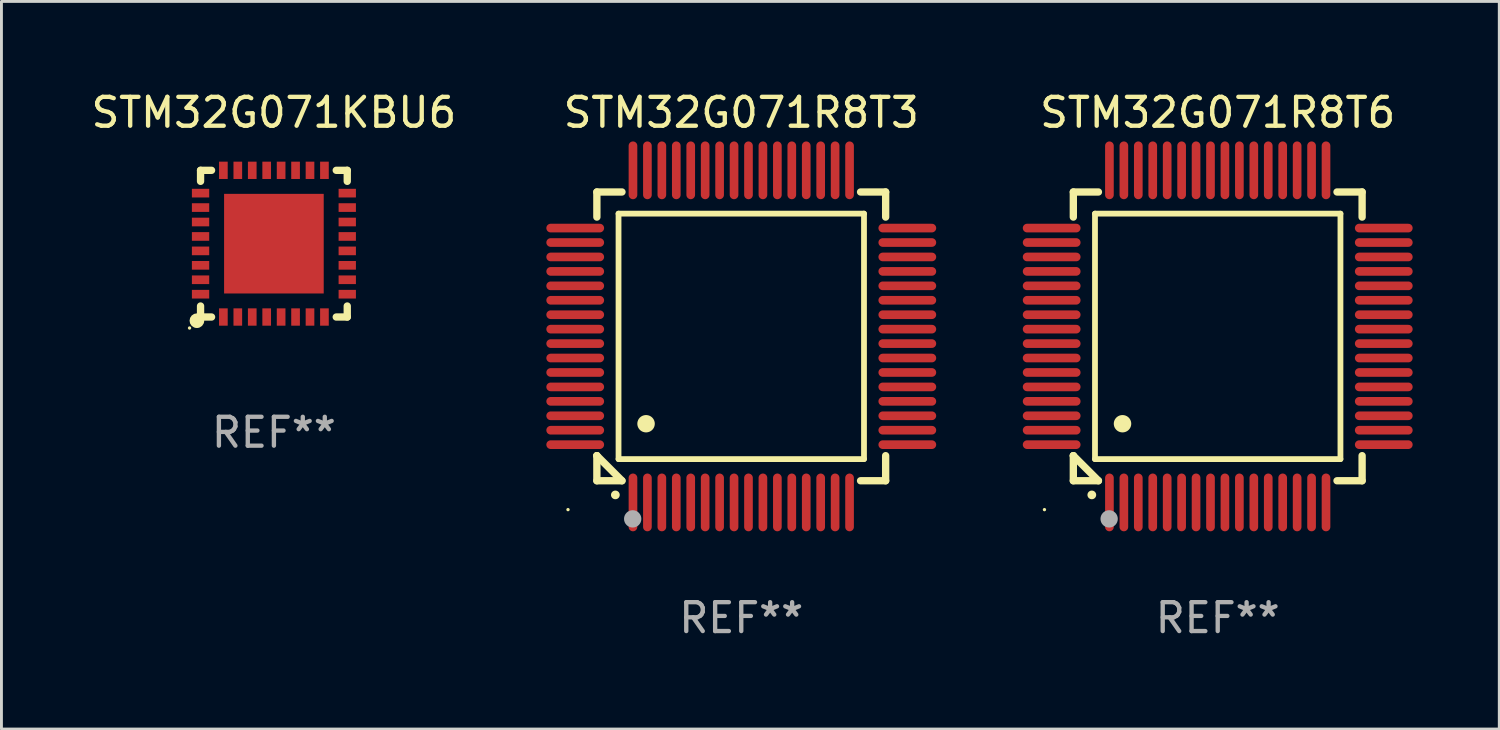
<source format=kicad_pcb>
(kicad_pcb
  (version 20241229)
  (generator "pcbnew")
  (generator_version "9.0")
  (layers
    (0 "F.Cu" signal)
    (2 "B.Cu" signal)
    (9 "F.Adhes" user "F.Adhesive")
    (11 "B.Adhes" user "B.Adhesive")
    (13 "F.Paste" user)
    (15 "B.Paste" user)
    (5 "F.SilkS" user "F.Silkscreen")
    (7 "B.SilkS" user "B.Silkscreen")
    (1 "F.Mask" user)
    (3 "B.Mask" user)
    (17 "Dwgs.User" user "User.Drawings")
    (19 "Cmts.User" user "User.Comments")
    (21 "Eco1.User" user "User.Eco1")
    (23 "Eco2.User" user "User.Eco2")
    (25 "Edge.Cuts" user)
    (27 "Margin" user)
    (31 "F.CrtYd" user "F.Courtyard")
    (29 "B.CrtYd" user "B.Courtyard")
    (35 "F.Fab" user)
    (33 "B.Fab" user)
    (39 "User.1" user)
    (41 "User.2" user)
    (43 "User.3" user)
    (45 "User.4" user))
  (footprint "STM32G071KBU6"
    (layer "F.Cu")
    (at 6.435 5.388)
    (property "Reference" "STM32G071KBU6" (at 0 -4.54 0) (layer "F.SilkS") (effects (font (size 1 1) (thickness 0.15))))
    (attr through_hole)
    (fp_line (start -2.54 -2.54) (end -2.159 -2.54) (stroke (width 0.254) (type solid)) (layer "F.SilkS"))
    (fp_line (start -2.54 -2.159) (end -2.54 -2.54) (stroke (width 0.254) (type solid)) (layer "F.SilkS"))
    (fp_line (start -2.54 2.54) (end -2.54 2.159) (stroke (width 0.254) (type solid)) (layer "F.SilkS"))
    (fp_line (start -2.159 2.54) (end -2.54 2.54) (stroke (width 0.254) (type solid)) (layer "F.SilkS"))
    (fp_line (start 2.159 -2.54) (end 2.54 -2.54) (stroke (width 0.254) (type solid)) (layer "F.SilkS"))
    (fp_line (start 2.54 -2.54) (end 2.54 -2.159) (stroke (width 0.254) (type solid)) (layer "F.SilkS"))
    (fp_line (start 2.54 2.159) (end 2.54 2.54) (stroke (width 0.254) (type solid)) (layer "F.SilkS"))
    (fp_line (start 2.54 2.54) (end 2.159 2.54) (stroke (width 0.254) (type solid)) (layer "F.SilkS"))
    (fp_circle (center -2.921 2.921) (end -2.891 2.921) (stroke (width 0.06) (type solid)) (fill no) (layer "F.SilkS"))
    (fp_circle (center -2.667 2.667) (end -2.54 2.667) (stroke (width 0.254) (type solid)) (fill no) (layer "F.SilkS"))
    (fp_text user "REF**" (at 0 6.54 0) (layer "F.Fab") (effects (font (size 1 1) (thickness 0.15))))
    (pad "1" smd rect (at -1.75 2.54 90) (size 0.6 0.3) (layers "F.Cu" "F.Mask" "F.Paste"))
    (pad "2" smd rect (at -1.25 2.54 90) (size 0.6 0.3) (layers "F.Cu" "F.Mask" "F.Paste"))
    (pad "3" smd rect (at -0.75 2.54 90) (size 0.6 0.3) (layers "F.Cu" "F.Mask" "F.Paste"))
    (pad "4" smd rect (at -0.25 2.54 90) (size 0.6 0.3) (layers "F.Cu" "F.Mask" "F.Paste"))
    (pad "5" smd rect (at 0.25 2.54 90) (size 0.6 0.3) (layers "F.Cu" "F.Mask" "F.Paste"))
    (pad "6" smd rect (at 0.75 2.54 90) (size 0.6 0.3) (layers "F.Cu" "F.Mask" "F.Paste"))
    (pad "7" smd rect (at 1.25 2.54 90) (size 0.6 0.3) (layers "F.Cu" "F.Mask" "F.Paste"))
    (pad "8" smd rect (at 1.75 2.54 90) (size 0.6 0.3) (layers "F.Cu" "F.Mask" "F.Paste"))
    (pad "9" smd rect (at 2.54 1.75 180) (size 0.6 0.3) (layers "F.Cu" "F.Mask" "F.Paste"))
    (pad "10" smd rect (at 2.54 1.25 180) (size 0.6 0.3) (layers "F.Cu" "F.Mask" "F.Paste"))
    (pad "11" smd rect (at 2.54 0.75 180) (size 0.6 0.3) (layers "F.Cu" "F.Mask" "F.Paste"))
    (pad "12" smd rect (at 2.54 0.25 180) (size 0.6 0.3) (layers "F.Cu" "F.Mask" "F.Paste"))
    (pad "13" smd rect (at 2.54 -0.25 180) (size 0.6 0.3) (layers "F.Cu" "F.Mask" "F.Paste"))
    (pad "14" smd rect (at 2.54 -0.75 180) (size 0.6 0.3) (layers "F.Cu" "F.Mask" "F.Paste"))
    (pad "15" smd rect (at 2.54 -1.25 180) (size 0.6 0.3) (layers "F.Cu" "F.Mask" "F.Paste"))
    (pad "16" smd rect (at 2.54 -1.75 180) (size 0.6 0.3) (layers "F.Cu" "F.Mask" "F.Paste"))
    (pad "17" smd rect (at 1.75 -2.54 270) (size 0.6 0.3) (layers "F.Cu" "F.Mask" "F.Paste"))
    (pad "18" smd rect (at 1.25 -2.54 270) (size 0.6 0.3) (layers "F.Cu" "F.Mask" "F.Paste"))
    (pad "19" smd rect (at 0.75 -2.54 270) (size 0.6 0.3) (layers "F.Cu" "F.Mask" "F.Paste"))
    (pad "20" smd rect (at 0.25 -2.54 270) (size 0.6 0.3) (layers "F.Cu" "F.Mask" "F.Paste"))
    (pad "21" smd rect (at -0.25 -2.54 270) (size 0.6 0.3) (layers "F.Cu" "F.Mask" "F.Paste"))
    (pad "22" smd rect (at -0.75 -2.54 270) (size 0.6 0.3) (layers "F.Cu" "F.Mask" "F.Paste"))
    (pad "23" smd rect (at -1.25 -2.54 270) (size 0.6 0.3) (layers "F.Cu" "F.Mask" "F.Paste"))
    (pad "24" smd rect (at -1.75 -2.54 270) (size 0.6 0.3) (layers "F.Cu" "F.Mask" "F.Paste"))
    (pad "25" smd rect (at -2.54 -1.75) (size 0.6 0.3) (layers "F.Cu" "F.Mask" "F.Paste"))
    (pad "26" smd rect (at -2.54 -1.25) (size 0.6 0.3) (layers "F.Cu" "F.Mask" "F.Paste"))
    (pad "27" smd rect (at -2.54 -0.75) (size 0.6 0.3) (layers "F.Cu" "F.Mask" "F.Paste"))
    (pad "28" smd rect (at -2.54 -0.25) (size 0.6 0.3) (layers "F.Cu" "F.Mask" "F.Paste"))
    (pad "29" smd rect (at -2.54 0.25) (size 0.6 0.3) (layers "F.Cu" "F.Mask" "F.Paste"))
    (pad "30" smd rect (at -2.54 0.75) (size 0.6 0.3) (layers "F.Cu" "F.Mask" "F.Paste"))
    (pad "31" smd rect (at -2.54 1.25) (size 0.6 0.3) (layers "F.Cu" "F.Mask" "F.Paste"))
    (pad "32" smd rect (at -2.54 1.75) (size 0.6 0.3) (layers "F.Cu" "F.Mask" "F.Paste"))
    (pad "33" smd rect (at 0 0) (size 3.45 3.45) (layers "F.Cu" "F.Mask" "F.Paste")))
  (footprint "STM32G071R8T3"
    (layer "F.Cu")
    (at 22.619 8.598)
    (property "Reference" "STM32G071R8T3" (at 0 -7.75 0) (layer "F.SilkS") (effects (font (size 1 1) (thickness 0.15))))
    (attr through_hole)
    (fp_line (start -5 -5) (end -4.131 -5) (stroke (width 0.254) (type solid)) (layer "F.SilkS"))
    (fp_line (start -5 -4.131) (end -5 -5) (stroke (width 0.254) (type solid)) (layer "F.SilkS"))
    (fp_line (start -5 4.131) (end -5 4.131) (stroke (width 0.254) (type solid)) (layer "F.SilkS"))
    (fp_line (start -5 5) (end -5 4.131) (stroke (width 0.254) (type solid)) (layer "F.SilkS"))
    (fp_line (start -5 4.131) (end -4.131 5) (stroke (width 0.254) (type solid)) (layer "F.SilkS"))
    (fp_line (start -4.25 -4.25) (end -4.25 4.25) (stroke (width 0.2) (type solid)) (layer "F.SilkS"))
    (fp_line (start -4.25 4.25) (end 4.25 4.25) (stroke (width 0.2) (type solid)) (layer "F.SilkS"))
    (fp_line (start -4.131 5) (end -5 5) (stroke (width 0.254) (type solid)) (layer "F.SilkS"))
    (fp_line (start 4.25 -4.25) (end -4.25 -4.25) (stroke (width 0.2) (type solid)) (layer "F.SilkS"))
    (fp_line (start 4.25 4.25) (end 4.25 -4.25) (stroke (width 0.2) (type solid)) (layer "F.SilkS"))
    (fp_line (start 5 -5) (end 4.131 -5) (stroke (width 0.254) (type solid)) (layer "F.SilkS"))
    (fp_line (start 5 -5) (end 5 -4.131) (stroke (width 0.254) (type solid)) (layer "F.SilkS"))
    (fp_line (start 5 4.131) (end 5 5) (stroke (width 0.254) (type solid)) (layer "F.SilkS"))
    (fp_line (start 5 5) (end 4.131 5) (stroke (width 0.254) (type solid)) (layer "F.SilkS"))
    (fp_arc (start -4.361265 5.489992) (mid -4.359995 5.489987) (end -4.358725 5.489992) (stroke (width 0.3) (type solid)) (layer "F.SilkS"))
    (fp_arc (start -3.299467 3.025146) (mid -3.296927 3.025135) (end -3.294387 3.025146) (stroke (width 0.6) (type solid)) (layer "F.SilkS"))
    (fp_circle (center -6 6) (end -5.97 6) (stroke (width 0.06) (type solid)) (fill no) (layer "F.SilkS"))
    (fp_circle (center -3.76 6.32) (end -3.61 6.32) (stroke (width 0.3) (type solid)) (fill no) (layer "F.Fab"))
    (fp_text user "REF**" (at 0 9.75 0) (layer "F.Fab") (effects (font (size 1 1) (thickness 0.15))))
    (pad "1" smd oval (at -3.75 5.75) (size 0.3 2) (layers "F.Cu" "F.Mask" "F.Paste"))
    (pad "2" smd oval (at -3.25 5.75) (size 0.3 2) (layers "F.Cu" "F.Mask" "F.Paste"))
    (pad "3" smd oval (at -2.75 5.75) (size 0.3 2) (layers "F.Cu" "F.Mask" "F.Paste"))
    (pad "4" smd oval (at -2.25 5.75) (size 0.3 2) (layers "F.Cu" "F.Mask" "F.Paste"))
    (pad "5" smd oval (at -1.75 5.75) (size 0.3 2) (layers "F.Cu" "F.Mask" "F.Paste"))
    (pad "6" smd oval (at -1.25 5.75) (size 0.3 2) (layers "F.Cu" "F.Mask" "F.Paste"))
    (pad "7" smd oval (at -0.75 5.75) (size 0.3 2) (layers "F.Cu" "F.Mask" "F.Paste"))
    (pad "8" smd oval (at -0.25 5.75) (size 0.3 2) (layers "F.Cu" "F.Mask" "F.Paste"))
    (pad "9" smd oval (at 0.25 5.75) (size 0.3 2) (layers "F.Cu" "F.Mask" "F.Paste"))
    (pad "10" smd oval (at 0.75 5.75) (size 0.3 2) (layers "F.Cu" "F.Mask" "F.Paste"))
    (pad "11" smd oval (at 1.25 5.75) (size 0.3 2) (layers "F.Cu" "F.Mask" "F.Paste"))
    (pad "12" smd oval (at 1.75 5.75) (size 0.3 2) (layers "F.Cu" "F.Mask" "F.Paste"))
    (pad "13" smd oval (at 2.25 5.75) (size 0.3 2) (layers "F.Cu" "F.Mask" "F.Paste"))
    (pad "14" smd oval (at 2.75 5.75) (size 0.3 2) (layers "F.Cu" "F.Mask" "F.Paste"))
    (pad "15" smd oval (at 3.25 5.75) (size 0.3 2) (layers "F.Cu" "F.Mask" "F.Paste"))
    (pad "16" smd oval (at 3.75 5.75) (size 0.3 2) (layers "F.Cu" "F.Mask" "F.Paste"))
    (pad "17" smd oval (at 5.75 3.75) (size 2 0.3) (layers "F.Cu" "F.Mask" "F.Paste"))
    (pad "18" smd oval (at 5.75 3.25) (size 2 0.3) (layers "F.Cu" "F.Mask" "F.Paste"))
    (pad "19" smd oval (at 5.75 2.75) (size 2 0.3) (layers "F.Cu" "F.Mask" "F.Paste"))
    (pad "20" smd oval (at 5.75 2.25) (size 2 0.3) (layers "F.Cu" "F.Mask" "F.Paste"))
    (pad "21" smd oval (at 5.75 1.75) (size 2 0.3) (layers "F.Cu" "F.Mask" "F.Paste"))
    (pad "22" smd oval (at 5.75 1.25) (size 2 0.3) (layers "F.Cu" "F.Mask" "F.Paste"))
    (pad "23" smd oval (at 5.75 0.75) (size 2 0.3) (layers "F.Cu" "F.Mask" "F.Paste"))
    (pad "24" smd oval (at 5.75 0.25) (size 2 0.3) (layers "F.Cu" "F.Mask" "F.Paste"))
    (pad "25" smd oval (at 5.75 -0.25) (size 2 0.3) (layers "F.Cu" "F.Mask" "F.Paste"))
    (pad "26" smd oval (at 5.75 -0.75) (size 2 0.3) (layers "F.Cu" "F.Mask" "F.Paste"))
    (pad "27" smd oval (at 5.75 -1.25) (size 2 0.3) (layers "F.Cu" "F.Mask" "F.Paste"))
    (pad "28" smd oval (at 5.75 -1.75) (size 2 0.3) (layers "F.Cu" "F.Mask" "F.Paste"))
    (pad "29" smd oval (at 5.75 -2.25) (size 2 0.3) (layers "F.Cu" "F.Mask" "F.Paste"))
    (pad "30" smd oval (at 5.75 -2.75) (size 2 0.3) (layers "F.Cu" "F.Mask" "F.Paste"))
    (pad "31" smd oval (at 5.75 -3.25) (size 2 0.3) (layers "F.Cu" "F.Mask" "F.Paste"))
    (pad "32" smd oval (at 5.75 -3.75) (size 2 0.3) (layers "F.Cu" "F.Mask" "F.Paste"))
    (pad "33" smd oval (at 3.75 -5.75) (size 0.3 2) (layers "F.Cu" "F.Mask" "F.Paste"))
    (pad "34" smd oval (at 3.25 -5.75) (size 0.3 2) (layers "F.Cu" "F.Mask" "F.Paste"))
    (pad "35" smd oval (at 2.75 -5.75) (size 0.3 2) (layers "F.Cu" "F.Mask" "F.Paste"))
    (pad "36" smd oval (at 2.25 -5.75) (size 0.3 2) (layers "F.Cu" "F.Mask" "F.Paste"))
    (pad "37" smd oval (at 1.75 -5.75) (size 0.3 2) (layers "F.Cu" "F.Mask" "F.Paste"))
    (pad "38" smd oval (at 1.25 -5.75) (size 0.3 2) (layers "F.Cu" "F.Mask" "F.Paste"))
    (pad "39" smd oval (at 0.75 -5.75) (size 0.3 2) (layers "F.Cu" "F.Mask" "F.Paste"))
    (pad "40" smd oval (at 0.25 -5.75) (size 0.3 2) (layers "F.Cu" "F.Mask" "F.Paste"))
    (pad "41" smd oval (at -0.25 -5.75) (size 0.3 2) (layers "F.Cu" "F.Mask" "F.Paste"))
    (pad "42" smd oval (at -0.75 -5.75) (size 0.3 2) (layers "F.Cu" "F.Mask" "F.Paste"))
    (pad "43" smd oval (at -1.25 -5.75) (size 0.3 2) (layers "F.Cu" "F.Mask" "F.Paste"))
    (pad "44" smd oval (at -1.75 -5.75) (size 0.3 2) (layers "F.Cu" "F.Mask" "F.Paste"))
    (pad "45" smd oval (at -2.25 -5.75) (size 0.3 2) (layers "F.Cu" "F.Mask" "F.Paste"))
    (pad "46" smd oval (at -2.75 -5.75) (size 0.3 2) (layers "F.Cu" "F.Mask" "F.Paste"))
    (pad "47" smd oval (at -3.25 -5.75) (size 0.3 2) (layers "F.Cu" "F.Mask" "F.Paste"))
    (pad "48" smd oval (at -3.75 -5.75) (size 0.3 2) (layers "F.Cu" "F.Mask" "F.Paste"))
    (pad "49" smd oval (at -5.75 -3.75) (size 2 0.3) (layers "F.Cu" "F.Mask" "F.Paste"))
    (pad "50" smd oval (at -5.75 -3.25) (size 2 0.3) (layers "F.Cu" "F.Mask" "F.Paste"))
    (pad "51" smd oval (at -5.75 -2.75) (size 2 0.3) (layers "F.Cu" "F.Mask" "F.Paste"))
    (pad "52" smd oval (at -5.75 -2.25) (size 2 0.3) (layers "F.Cu" "F.Mask" "F.Paste"))
    (pad "53" smd oval (at -5.75 -1.75) (size 2 0.3) (layers "F.Cu" "F.Mask" "F.Paste"))
    (pad "54" smd oval (at -5.75 -1.25) (size 2 0.3) (layers "F.Cu" "F.Mask" "F.Paste"))
    (pad "55" smd oval (at -5.75 -0.75) (size 2 0.3) (layers "F.Cu" "F.Mask" "F.Paste"))
    (pad "56" smd oval (at -5.75 -0.25) (size 2 0.3) (layers "F.Cu" "F.Mask" "F.Paste"))
    (pad "57" smd oval (at -5.75 0.25) (size 2 0.3) (layers "F.Cu" "F.Mask" "F.Paste"))
    (pad "58" smd oval (at -5.75 0.75) (size 2 0.3) (layers "F.Cu" "F.Mask" "F.Paste"))
    (pad "59" smd oval (at -5.75 1.25) (size 2 0.3) (layers "F.Cu" "F.Mask" "F.Paste"))
    (pad "60" smd oval (at -5.75 1.75) (size 2 0.3) (layers "F.Cu" "F.Mask" "F.Paste"))
    (pad "61" smd oval (at -5.75 2.25) (size 2 0.3) (layers "F.Cu" "F.Mask" "F.Paste"))
    (pad "62" smd oval (at -5.75 2.75) (size 2 0.3) (layers "F.Cu" "F.Mask" "F.Paste"))
    (pad "63" smd oval (at -5.75 3.25) (size 2 0.3) (layers "F.Cu" "F.Mask" "F.Paste"))
    (pad "64" smd oval (at -5.75 3.75) (size 2 0.3) (layers "F.Cu" "F.Mask" "F.Paste")))
  (footprint "STM32G071R8T6"
    (layer "F.Cu")
    (at 39.118 8.598)
    (property "Reference" "STM32G071R8T6" (at 0 -7.75 0) (layer "F.SilkS") (effects (font (size 1 1) (thickness 0.15))))
    (attr through_hole)
    (fp_line (start -5 -5) (end -4.131 -5) (stroke (width 0.254) (type solid)) (layer "F.SilkS"))
    (fp_line (start -5 -4.131) (end -5 -5) (stroke (width 0.254) (type solid)) (layer "F.SilkS"))
    (fp_line (start -5 4.131) (end -5 4.131) (stroke (width 0.254) (type solid)) (layer "F.SilkS"))
    (fp_line (start -5 5) (end -5 4.131) (stroke (width 0.254) (type solid)) (layer "F.SilkS"))
    (fp_line (start -5 4.131) (end -4.131 5) (stroke (width 0.254) (type solid)) (layer "F.SilkS"))
    (fp_line (start -4.25 -4.25) (end -4.25 4.25) (stroke (width 0.2) (type solid)) (layer "F.SilkS"))
    (fp_line (start -4.25 4.25) (end 4.25 4.25) (stroke (width 0.2) (type solid)) (layer "F.SilkS"))
    (fp_line (start -4.131 5) (end -5 5) (stroke (width 0.254) (type solid)) (layer "F.SilkS"))
    (fp_line (start 4.25 -4.25) (end -4.25 -4.25) (stroke (width 0.2) (type solid)) (layer "F.SilkS"))
    (fp_line (start 4.25 4.25) (end 4.25 -4.25) (stroke (width 0.2) (type solid)) (layer "F.SilkS"))
    (fp_line (start 5 -5) (end 4.131 -5) (stroke (width 0.254) (type solid)) (layer "F.SilkS"))
    (fp_line (start 5 -5) (end 5 -4.131) (stroke (width 0.254) (type solid)) (layer "F.SilkS"))
    (fp_line (start 5 4.131) (end 5 5) (stroke (width 0.254) (type solid)) (layer "F.SilkS"))
    (fp_line (start 5 5) (end 4.131 5) (stroke (width 0.254) (type solid)) (layer "F.SilkS"))
    (fp_arc (start -4.361265 5.489992) (mid -4.359995 5.489987) (end -4.358725 5.489992) (stroke (width 0.3) (type solid)) (layer "F.SilkS"))
    (fp_arc (start -3.299467 3.025146) (mid -3.296927 3.025135) (end -3.294387 3.025146) (stroke (width 0.6) (type solid)) (layer "F.SilkS"))
    (fp_circle (center -6 6) (end -5.97 6) (stroke (width 0.06) (type solid)) (fill no) (layer "F.SilkS"))
    (fp_circle (center -3.76 6.32) (end -3.61 6.32) (stroke (width 0.3) (type solid)) (fill no) (layer "F.Fab"))
    (fp_text user "REF**" (at 0 9.75 0) (layer "F.Fab") (effects (font (size 1 1) (thickness 0.15))))
    (pad "1" smd oval (at -3.75 5.75) (size 0.3 2) (layers "F.Cu" "F.Mask" "F.Paste"))
    (pad "2" smd oval (at -3.25 5.75) (size 0.3 2) (layers "F.Cu" "F.Mask" "F.Paste"))
    (pad "3" smd oval (at -2.75 5.75) (size 0.3 2) (layers "F.Cu" "F.Mask" "F.Paste"))
    (pad "4" smd oval (at -2.25 5.75) (size 0.3 2) (layers "F.Cu" "F.Mask" "F.Paste"))
    (pad "5" smd oval (at -1.75 5.75) (size 0.3 2) (layers "F.Cu" "F.Mask" "F.Paste"))
    (pad "6" smd oval (at -1.25 5.75) (size 0.3 2) (layers "F.Cu" "F.Mask" "F.Paste"))
    (pad "7" smd oval (at -0.75 5.75) (size 0.3 2) (layers "F.Cu" "F.Mask" "F.Paste"))
    (pad "8" smd oval (at -0.25 5.75) (size 0.3 2) (layers "F.Cu" "F.Mask" "F.Paste"))
    (pad "9" smd oval (at 0.25 5.75) (size 0.3 2) (layers "F.Cu" "F.Mask" "F.Paste"))
    (pad "10" smd oval (at 0.75 5.75) (size 0.3 2) (layers "F.Cu" "F.Mask" "F.Paste"))
    (pad "11" smd oval (at 1.25 5.75) (size 0.3 2) (layers "F.Cu" "F.Mask" "F.Paste"))
    (pad "12" smd oval (at 1.75 5.75) (size 0.3 2) (layers "F.Cu" "F.Mask" "F.Paste"))
    (pad "13" smd oval (at 2.25 5.75) (size 0.3 2) (layers "F.Cu" "F.Mask" "F.Paste"))
    (pad "14" smd oval (at 2.75 5.75) (size 0.3 2) (layers "F.Cu" "F.Mask" "F.Paste"))
    (pad "15" smd oval (at 3.25 5.75) (size 0.3 2) (layers "F.Cu" "F.Mask" "F.Paste"))
    (pad "16" smd oval (at 3.75 5.75) (size 0.3 2) (layers "F.Cu" "F.Mask" "F.Paste"))
    (pad "17" smd oval (at 5.75 3.75) (size 2 0.3) (layers "F.Cu" "F.Mask" "F.Paste"))
    (pad "18" smd oval (at 5.75 3.25) (size 2 0.3) (layers "F.Cu" "F.Mask" "F.Paste"))
    (pad "19" smd oval (at 5.75 2.75) (size 2 0.3) (layers "F.Cu" "F.Mask" "F.Paste"))
    (pad "20" smd oval (at 5.75 2.25) (size 2 0.3) (layers "F.Cu" "F.Mask" "F.Paste"))
    (pad "21" smd oval (at 5.75 1.75) (size 2 0.3) (layers "F.Cu" "F.Mask" "F.Paste"))
    (pad "22" smd oval (at 5.75 1.25) (size 2 0.3) (layers "F.Cu" "F.Mask" "F.Paste"))
    (pad "23" smd oval (at 5.75 0.75) (size 2 0.3) (layers "F.Cu" "F.Mask" "F.Paste"))
    (pad "24" smd oval (at 5.75 0.25) (size 2 0.3) (layers "F.Cu" "F.Mask" "F.Paste"))
    (pad "25" smd oval (at 5.75 -0.25) (size 2 0.3) (layers "F.Cu" "F.Mask" "F.Paste"))
    (pad "26" smd oval (at 5.75 -0.75) (size 2 0.3) (layers "F.Cu" "F.Mask" "F.Paste"))
    (pad "27" smd oval (at 5.75 -1.25) (size 2 0.3) (layers "F.Cu" "F.Mask" "F.Paste"))
    (pad "28" smd oval (at 5.75 -1.75) (size 2 0.3) (layers "F.Cu" "F.Mask" "F.Paste"))
    (pad "29" smd oval (at 5.75 -2.25) (size 2 0.3) (layers "F.Cu" "F.Mask" "F.Paste"))
    (pad "30" smd oval (at 5.75 -2.75) (size 2 0.3) (layers "F.Cu" "F.Mask" "F.Paste"))
    (pad "31" smd oval (at 5.75 -3.25) (size 2 0.3) (layers "F.Cu" "F.Mask" "F.Paste"))
    (pad "32" smd oval (at 5.75 -3.75) (size 2 0.3) (layers "F.Cu" "F.Mask" "F.Paste"))
    (pad "33" smd oval (at 3.75 -5.75) (size 0.3 2) (layers "F.Cu" "F.Mask" "F.Paste"))
    (pad "34" smd oval (at 3.25 -5.75) (size 0.3 2) (layers "F.Cu" "F.Mask" "F.Paste"))
    (pad "35" smd oval (at 2.75 -5.75) (size 0.3 2) (layers "F.Cu" "F.Mask" "F.Paste"))
    (pad "36" smd oval (at 2.25 -5.75) (size 0.3 2) (layers "F.Cu" "F.Mask" "F.Paste"))
    (pad "37" smd oval (at 1.75 -5.75) (size 0.3 2) (layers "F.Cu" "F.Mask" "F.Paste"))
    (pad "38" smd oval (at 1.25 -5.75) (size 0.3 2) (layers "F.Cu" "F.Mask" "F.Paste"))
    (pad "39" smd oval (at 0.75 -5.75) (size 0.3 2) (layers "F.Cu" "F.Mask" "F.Paste"))
    (pad "40" smd oval (at 0.25 -5.75) (size 0.3 2) (layers "F.Cu" "F.Mask" "F.Paste"))
    (pad "41" smd oval (at -0.25 -5.75) (size 0.3 2) (layers "F.Cu" "F.Mask" "F.Paste"))
    (pad "42" smd oval (at -0.75 -5.75) (size 0.3 2) (layers "F.Cu" "F.Mask" "F.Paste"))
    (pad "43" smd oval (at -1.25 -5.75) (size 0.3 2) (layers "F.Cu" "F.Mask" "F.Paste"))
    (pad "44" smd oval (at -1.75 -5.75) (size 0.3 2) (layers "F.Cu" "F.Mask" "F.Paste"))
    (pad "45" smd oval (at -2.25 -5.75) (size 0.3 2) (layers "F.Cu" "F.Mask" "F.Paste"))
    (pad "46" smd oval (at -2.75 -5.75) (size 0.3 2) (layers "F.Cu" "F.Mask" "F.Paste"))
    (pad "47" smd oval (at -3.25 -5.75) (size 0.3 2) (layers "F.Cu" "F.Mask" "F.Paste"))
    (pad "48" smd oval (at -3.75 -5.75) (size 0.3 2) (layers "F.Cu" "F.Mask" "F.Paste"))
    (pad "49" smd oval (at -5.75 -3.75) (size 2 0.3) (layers "F.Cu" "F.Mask" "F.Paste"))
    (pad "50" smd oval (at -5.75 -3.25) (size 2 0.3) (layers "F.Cu" "F.Mask" "F.Paste"))
    (pad "51" smd oval (at -5.75 -2.75) (size 2 0.3) (layers "F.Cu" "F.Mask" "F.Paste"))
    (pad "52" smd oval (at -5.75 -2.25) (size 2 0.3) (layers "F.Cu" "F.Mask" "F.Paste"))
    (pad "53" smd oval (at -5.75 -1.75) (size 2 0.3) (layers "F.Cu" "F.Mask" "F.Paste"))
    (pad "54" smd oval (at -5.75 -1.25) (size 2 0.3) (layers "F.Cu" "F.Mask" "F.Paste"))
    (pad "55" smd oval (at -5.75 -0.75) (size 2 0.3) (layers "F.Cu" "F.Mask" "F.Paste"))
    (pad "56" smd oval (at -5.75 -0.25) (size 2 0.3) (layers "F.Cu" "F.Mask" "F.Paste"))
    (pad "57" smd oval (at -5.75 0.25) (size 2 0.3) (layers "F.Cu" "F.Mask" "F.Paste"))
    (pad "58" smd oval (at -5.75 0.75) (size 2 0.3) (layers "F.Cu" "F.Mask" "F.Paste"))
    (pad "59" smd oval (at -5.75 1.25) (size 2 0.3) (layers "F.Cu" "F.Mask" "F.Paste"))
    (pad "60" smd oval (at -5.75 1.75) (size 2 0.3) (layers "F.Cu" "F.Mask" "F.Paste"))
    (pad "61" smd oval (at -5.75 2.25) (size 2 0.3) (layers "F.Cu" "F.Mask" "F.Paste"))
    (pad "62" smd oval (at -5.75 2.75) (size 2 0.3) (layers "F.Cu" "F.Mask" "F.Paste"))
    (pad "63" smd oval (at -5.75 3.25) (size 2 0.3) (layers "F.Cu" "F.Mask" "F.Paste"))
    (pad "64" smd oval (at -5.75 3.75) (size 2 0.3) (layers "F.Cu" "F.Mask" "F.Paste")))
  (gr_rect
    (start -3 -3)
    (end 48.868 22.196)
    (stroke (width 0.1) (type default))
    (fill no)
    (layer "Edge.Cuts")))
</source>
